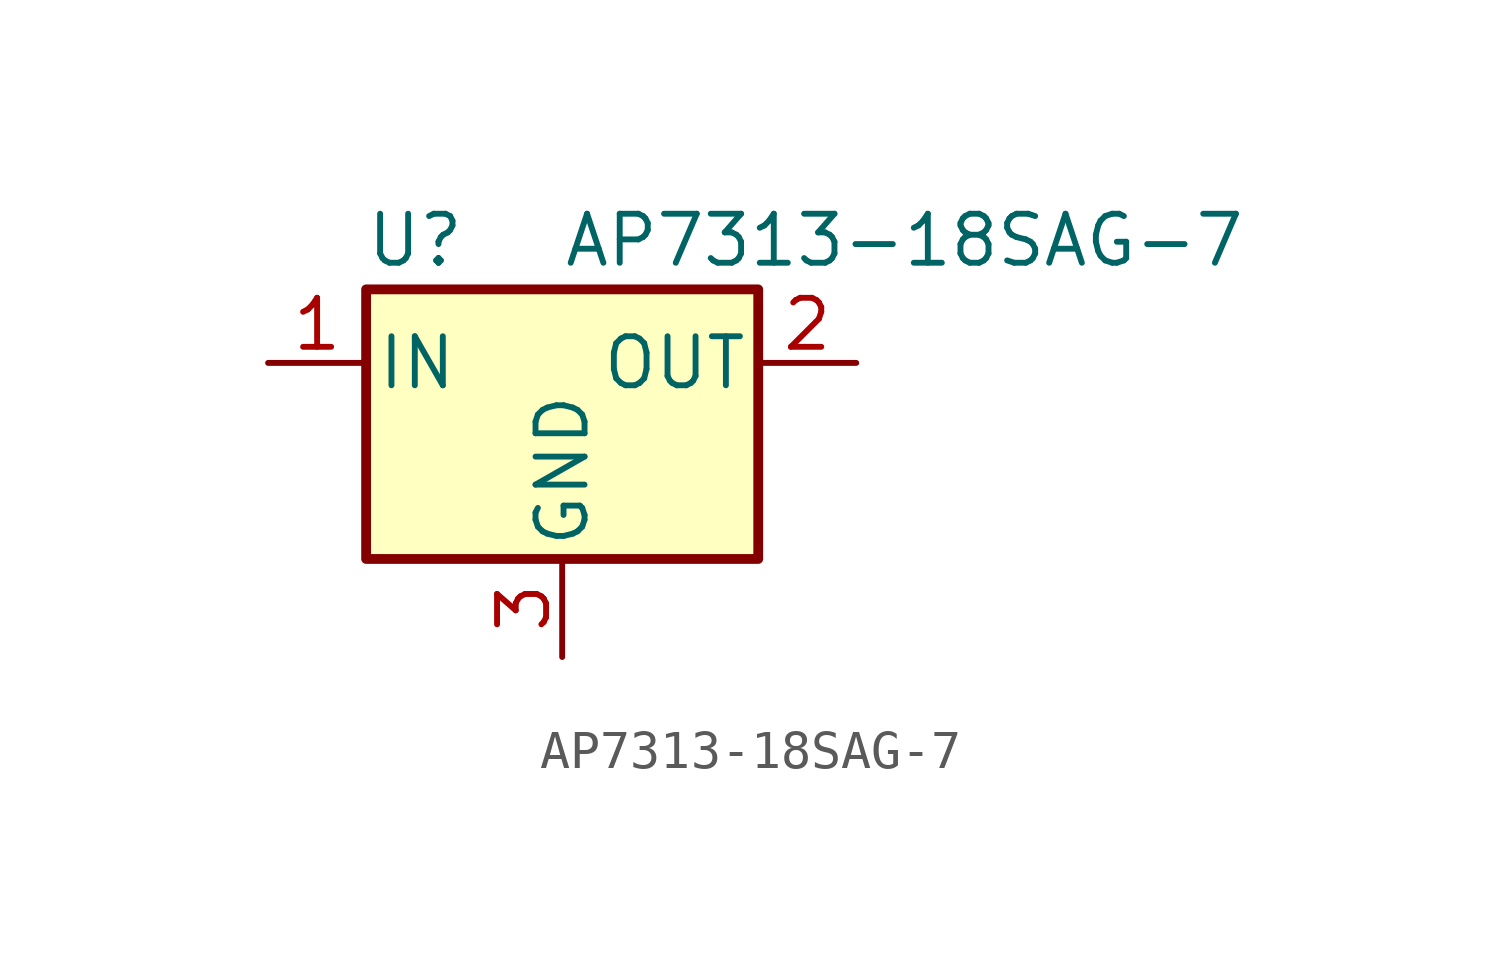
<source format=kicad_sym>
(kicad_symbol_lib
  (version 20220914)
  (generator kicad_symbol_editor)
  (symbol "AP7313-18SAG-7"
    (pin_names
      (offset 0.254))
    (property "Reference" "U"
      (at -3.81 3.175 0)
      (effects (font (size 1.27 1.27))))
    (property "Value" "AP7313-18SAG-7"
      (at 0 3.175 0)
      (effects (font (size 1.27 1.27)) (justify left)))
    (symbol "AP7313-18SAG-7_0_1"
      (rectangle (start -5.08 1.905) (end 5.08 -5.08) (stroke (width 0.254) (type default)) (fill (type background))))
    (symbol "AP7313-18SAG-7_1_1"
      (pin power_in line (at -7.62 0 0) (length 2.54) (name "IN" (effects (font (size 1.27 1.27)))) (number "1" (effects (font (size 1.27 1.27)))))
      (pin power_out line (at 7.62 0 180) (length 2.54) (name "OUT" (effects (font (size 1.27 1.27)))) (number "2" (effects (font (size 1.27 1.27)))))
      (pin power_in line (at 0 -7.62 90) (length 2.54) (name "GND" (effects (font (size 1.27 1.27)))) (number "3" (effects (font (size 1.27 1.27))))))))
</source>
